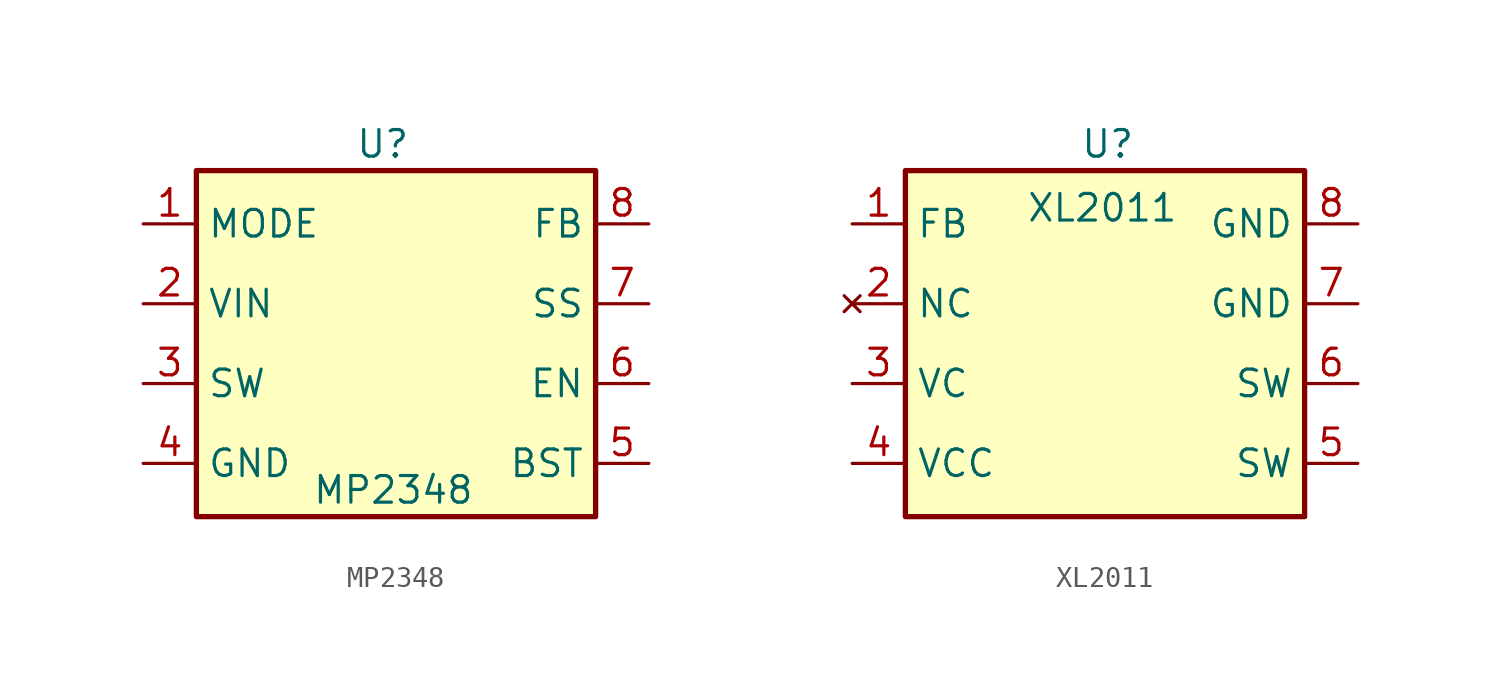
<source format=kicad_sym>
(kicad_symbol_lib
  (version 20231120)
  (generator "kicad_symbol_editor")
  (generator_version "8.0")
  (symbol "MP2348"
    (property "Reference" "U"
      (at 0 0 0)
      (effects (font (size 1.27 1.27))))
    (property "Value" "MP2348"
      (at 0.508 -16.51 0)
      (effects (font (size 1.27 1.27))))
    (symbol "MP2348_0_1"
      (rectangle (start -8.89 -1.27) (end 10.16 -17.78) (stroke (width 0.254) (type default)) (fill (type background))))
    (symbol "MP2348_1_1"
      (pin input line (at -11.43 -3.81 0) (length 2.54) (name "MODE" (effects (font (size 1.27 1.27)))) (number "1" (effects (font (size 1.27 1.27)))) (alternate "RCC_OSC32_IN" bidirectional line) (alternate "RCC_OSC_IN" bidirectional line) (alternate "TIM1_BK2" bidirectional line))
      (pin power_in line (at -11.43 -7.62 0) (length 2.54) (name "VIN" (effects (font (size 1.27 1.27)))) (number "2" (effects (font (size 1.27 1.27)))))
      (pin power_out line (at -11.43 -11.43 0) (length 2.54) (name "SW" (effects (font (size 1.27 1.27)))) (number "3" (effects (font (size 1.27 1.27)))) (alternate "RCC_MCO" bidirectional line))
      (pin power_in line (at -11.43 -15.24 0) (length 2.54) (name "GND" (effects (font (size 1.27 1.27)))) (number "4" (effects (font (size 1.27 1.27)))))
      (pin bidirectional line (at 12.7 -15.24 180) (length 2.54) (name "BST" (effects (font (size 1.27 1.27)))) (number "5" (effects (font (size 1.27 1.27)))) (alternate "ADC1_IN8" bidirectional line) (alternate "I2S1_WS" bidirectional line) (alternate "LPTIM1_OUT" bidirectional line) (alternate "SPI1_NSS" bidirectional line) (alternate "TIM1_CH2N" bidirectional line) (alternate "TIM3_CH3" bidirectional line))
      (pin input line (at 12.7 -11.43 180) (length 2.54) (name "EN" (effects (font (size 1.27 1.27)))) (number "6" (effects (font (size 1.27 1.27)))) (alternate "ADC1_IN18" bidirectional line) (alternate "SYS_SWCLK" bidirectional line) (alternate "USART2_TX" bidirectional line))
      (pin input line (at 12.7 -7.62 180) (length 2.54) (name "SS" (effects (font (size 1.27 1.27)))) (number "7" (effects (font (size 1.27 1.27)))) (alternate "ADC1_IN17" bidirectional line) (alternate "IR_OUT" bidirectional line) (alternate "SYS_SWDIO" bidirectional line))
      (pin input line (at 12.7 -3.81 180) (length 2.54) (name "FB" (effects (font (size 1.27 1.27)))) (number "8" (effects (font (size 1.27 1.27)))) (alternate "ADC1_IN16" bidirectional line) (alternate "I2C2_SDA" bidirectional line) (alternate "I2S1_SD" bidirectional line) (alternate "I2S_CKIN" bidirectional line) (alternate "SPI1_MOSI" bidirectional line) (alternate "TIM1_ETR" bidirectional line) (alternate "USART1_CK" bidirectional line) (alternate "USART1_DE" bidirectional line) (alternate "USART1_RTS" bidirectional line))))
  (symbol "XL2011"
    (property "Reference" "U"
      (at 0.762 -1.27 0)
      (effects (font (size 1.27 1.27))))
    (property "Value" "XL2011"
      (at 0.508 -4.318 0)
      (effects (font (size 1.27 1.27))))
    (symbol "XL2011_0_1"
      (rectangle (start -8.89 -2.54) (end 10.16 -19.05) (stroke (width 0.254) (type default)) (fill (type background))))
    (symbol "XL2011_1_1"
      (pin input line (at -11.43 -5.08 0) (length 2.54) (name "FB" (effects (font (size 1.27 1.27)))) (number "1" (effects (font (size 1.27 1.27)))) (alternate "RCC_OSC32_IN" bidirectional line) (alternate "RCC_OSC_IN" bidirectional line) (alternate "TIM1_BK2" bidirectional line))
      (pin no_connect line (at -11.43 -8.89 0) (length 2.54) (name "NC" (effects (font (size 1.27 1.27)))) (number "2" (effects (font (size 1.27 1.27)))))
      (pin input line (at -11.43 -12.7 0) (length 2.54) (name "VC" (effects (font (size 1.27 1.27)))) (number "3" (effects (font (size 1.27 1.27)))) (alternate "RCC_MCO" bidirectional line))
      (pin power_in line (at -11.43 -16.51 0) (length 2.54) (name "VCC" (effects (font (size 1.27 1.27)))) (number "4" (effects (font (size 1.27 1.27)))))
      (pin power_out line (at 12.7 -16.51 180) (length 2.54) (name "SW" (effects (font (size 1.27 1.27)))) (number "5" (effects (font (size 1.27 1.27)))) (alternate "ADC1_IN8" bidirectional line) (alternate "I2S1_WS" bidirectional line) (alternate "LPTIM1_OUT" bidirectional line) (alternate "SPI1_NSS" bidirectional line) (alternate "TIM1_CH2N" bidirectional line) (alternate "TIM3_CH3" bidirectional line))
      (pin power_out line (at 12.7 -12.7 180) (length 2.54) (name "SW" (effects (font (size 1.27 1.27)))) (number "6" (effects (font (size 1.27 1.27)))) (alternate "ADC1_IN18" bidirectional line) (alternate "SYS_SWCLK" bidirectional line) (alternate "USART2_TX" bidirectional line))
      (pin power_in line (at 12.7 -8.89 180) (length 2.54) (name "GND" (effects (font (size 1.27 1.27)))) (number "7" (effects (font (size 1.27 1.27)))) (alternate "ADC1_IN17" bidirectional line) (alternate "IR_OUT" bidirectional line) (alternate "SYS_SWDIO" bidirectional line))
      (pin power_in line (at 12.7 -5.08 180) (length 2.54) (name "GND" (effects (font (size 1.27 1.27)))) (number "8" (effects (font (size 1.27 1.27)))) (alternate "ADC1_IN16" bidirectional line) (alternate "I2C2_SDA" bidirectional line) (alternate "I2S1_SD" bidirectional line) (alternate "I2S_CKIN" bidirectional line) (alternate "SPI1_MOSI" bidirectional line) (alternate "TIM1_ETR" bidirectional line) (alternate "USART1_CK" bidirectional line) (alternate "USART1_DE" bidirectional line) (alternate "USART1_RTS" bidirectional line)))))
</source>
